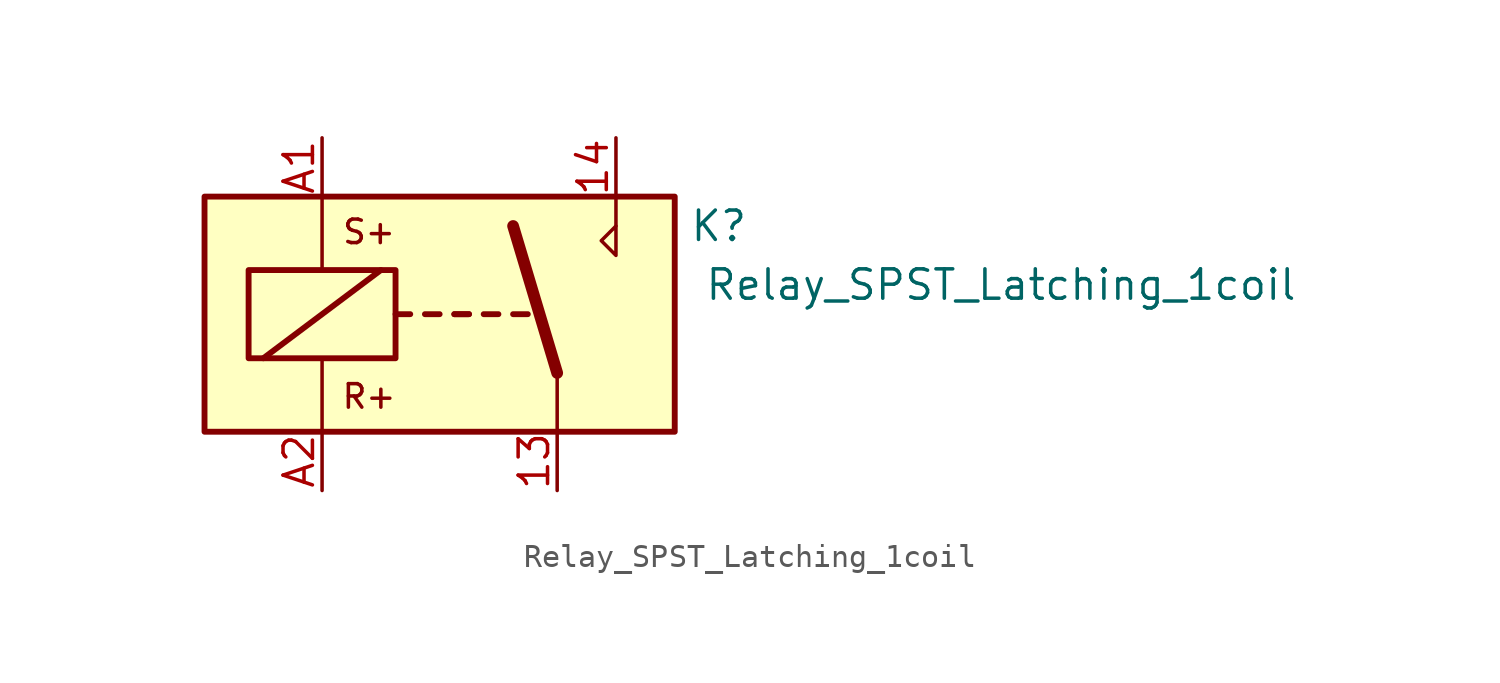
<source format=kicad_sym>
(kicad_symbol_lib
  (version 20220914)
  (generator kicad_symbol_editor)
  (symbol "Relay_SPST_Latching_1coil"
    (property "Reference" "K"
      (at 12.065 3.81 0)
      (effects (font (size 1.27 1.27))))
    (property "Value" "Relay_SPST_Latching_1coil"
      (at 11.43 1.27 0)
      (effects (font (size 1.27 1.27)) (justify left)))
    (symbol "Relay_SPST_Latching_1coil_1_1"
      (rectangle (start -10.16 5.08) (end 10.16 -5.08) (stroke (width 0.254) (type default)) (fill (type background)))
      (rectangle (start -8.255 1.905) (end -1.905 -1.905) (stroke (width 0.254) (type default)) (fill (type none)))
      (polyline (pts (xy -7.62 -1.905) (xy -2.54 1.905)) (stroke (width 0.254) (type default)) (fill (type none)))
      (polyline (pts (xy -5.08 -5.08) (xy -5.08 -1.905)) (stroke (width 0) (type default)) (fill (type none)))
      (polyline (pts (xy -5.08 5.08) (xy -5.08 1.905)) (stroke (width 0) (type default)) (fill (type none)))
      (polyline (pts (xy -1.905 0) (xy -1.27 0)) (stroke (width 0.254) (type default)) (fill (type none)))
      (polyline (pts (xy -0.635 0) (xy 0 0)) (stroke (width 0.254) (type default)) (fill (type none)))
      (polyline (pts (xy 0.635 0) (xy 1.27 0)) (stroke (width 0.254) (type default)) (fill (type none)))
      (polyline (pts (xy 0.635 0) (xy 1.27 0)) (stroke (width 0.254) (type default)) (fill (type none)))
      (polyline (pts (xy 1.905 0) (xy 2.54 0)) (stroke (width 0.254) (type default)) (fill (type none)))
      (polyline (pts (xy 3.175 0) (xy 3.81 0)) (stroke (width 0.254) (type default)) (fill (type none)))
      (polyline (pts (xy 5.08 -2.54) (xy 3.175 3.81)) (stroke (width 0.508) (type default)) (fill (type none)))
      (polyline (pts (xy 5.08 -2.54) (xy 5.08 -5.08)) (stroke (width 0) (type default)) (fill (type none)))
      (polyline (pts (xy 7.62 3.81) (xy 7.62 5.08)) (stroke (width 0) (type default)) (fill (type none)))
      (polyline (pts (xy 7.62 3.81) (xy 7.62 2.54) (xy 6.985 3.175) (xy 7.62 3.81)) (stroke (width 0) (type default)) (fill (type none)))
      (text "R+" (at -3.048 -3.556 0) (effects (font (size 1.016 1.016))))
      (text "S+" (at -3.048 3.556 0) (effects (font (size 1.016 1.016))))
      (pin passive line (at 5.08 -7.62 90) (length 2.54) (name "~" (effects (font (size 1.27 1.27)))) (number "13" (effects (font (size 1.27 1.27)))))
      (pin passive line (at 7.62 7.62 270) (length 2.54) (name "~" (effects (font (size 1.27 1.27)))) (number "14" (effects (font (size 1.27 1.27)))))
      (pin passive line (at -5.08 7.62 270) (length 2.54) (name "~" (effects (font (size 1.27 1.27)))) (number "A1" (effects (font (size 1.27 1.27)))))
      (pin passive line (at -5.08 -7.62 90) (length 2.54) (name "~" (effects (font (size 1.27 1.27)))) (number "A2" (effects (font (size 1.27 1.27))))))))
</source>
